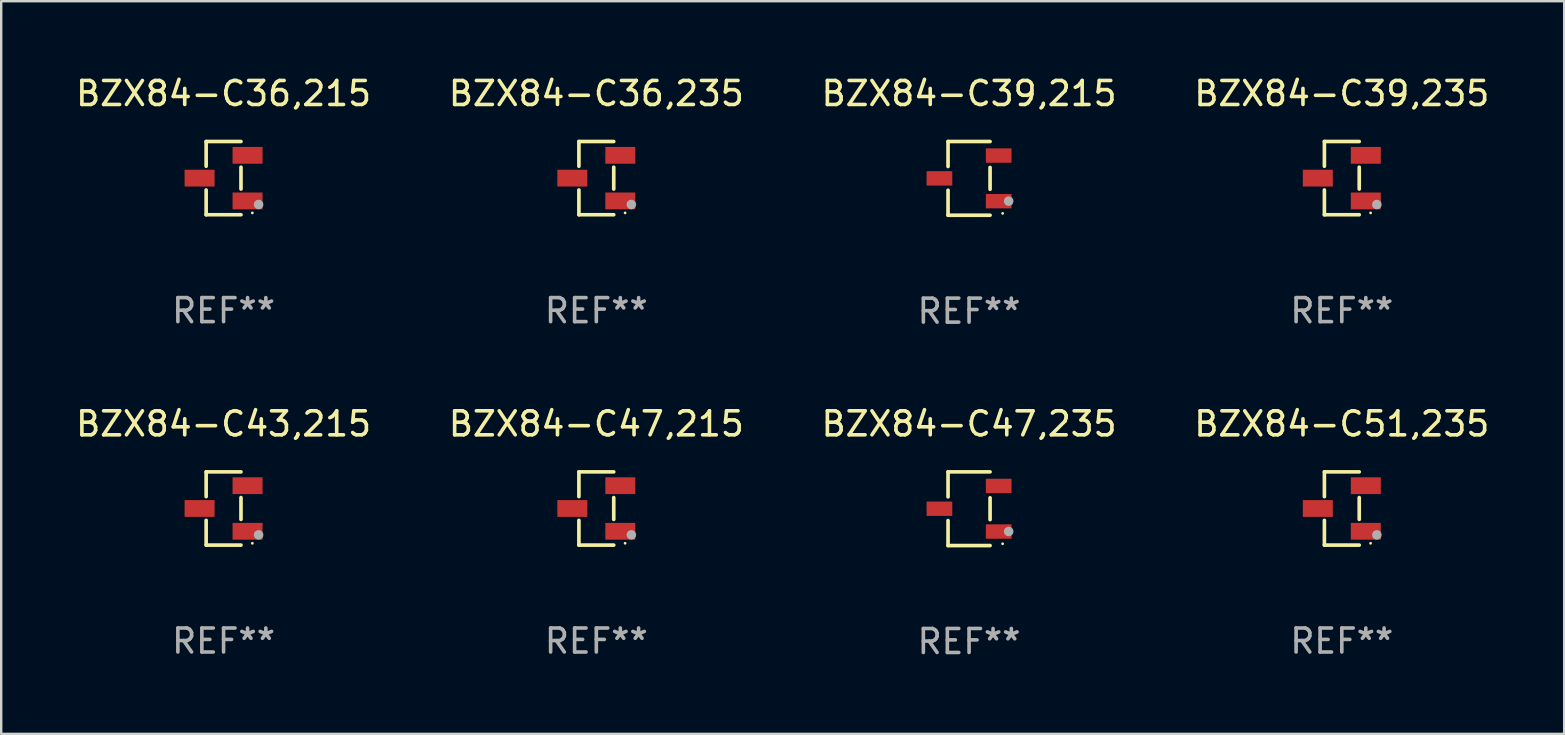
<source format=kicad_pcb>
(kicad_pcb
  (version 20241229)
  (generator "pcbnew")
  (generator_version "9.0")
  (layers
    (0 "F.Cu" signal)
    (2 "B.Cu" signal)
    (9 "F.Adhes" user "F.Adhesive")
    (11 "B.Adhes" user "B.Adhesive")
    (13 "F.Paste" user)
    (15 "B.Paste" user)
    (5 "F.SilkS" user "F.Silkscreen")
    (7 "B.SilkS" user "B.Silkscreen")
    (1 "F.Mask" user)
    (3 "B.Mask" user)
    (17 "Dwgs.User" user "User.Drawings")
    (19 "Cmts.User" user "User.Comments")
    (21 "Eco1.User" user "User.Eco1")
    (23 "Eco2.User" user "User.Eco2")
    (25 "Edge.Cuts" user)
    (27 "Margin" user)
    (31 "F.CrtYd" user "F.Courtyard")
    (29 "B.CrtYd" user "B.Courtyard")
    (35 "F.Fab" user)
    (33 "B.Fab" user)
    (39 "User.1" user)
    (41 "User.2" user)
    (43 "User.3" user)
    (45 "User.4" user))
  (footprint "BZX84-C36,235"
    (layer "F.Cu")
    (at 21.804 4.374)
    (property "Reference" "BZX84-C36,235" (at 0 -3.526 0) (layer "F.SilkS") (effects (font (size 1 1) (thickness 0.15))))
    (attr through_hole)
    (fp_line (start -0.726 -1.526) (end -0.726 -0.495) (stroke (width 0.152) (type solid)) (layer "F.SilkS"))
    (fp_line (start -0.726 1.526) (end -0.726 0.495) (stroke (width 0.152) (type solid)) (layer "F.SilkS"))
    (fp_line (start 0.726 -1.526) (end -0.726 -1.526) (stroke (width 0.152) (type solid)) (layer "F.SilkS"))
    (fp_line (start 0.726 -0.455) (end 0.726 0.455) (stroke (width 0.152) (type solid)) (layer "F.SilkS"))
    (fp_line (start 0.726 1.526) (end -0.726 1.526) (stroke (width 0.152) (type solid)) (layer "F.SilkS"))
    (fp_circle (center 1.2 1.45) (end 1.23 1.45) (stroke (width 0.06) (type solid)) (fill no) (layer "F.SilkS"))
    (fp_circle (center 1.46 1.1) (end 1.56 1.1) (stroke (width 0.2) (type solid)) (fill no) (layer "F.Fab"))
    (fp_text user "REF**" (at 0 5.526 0) (layer "F.Fab") (effects (font (size 1 1) (thickness 0.15))))
    (pad "1" smd rect (at 1 0.95) (size 1.25 0.7) (layers "F.Cu" "F.Mask" "F.Paste"))
    (pad "2" smd rect (at 1 -0.95) (size 1.25 0.7) (layers "F.Cu" "F.Mask" "F.Paste"))
    (pad "3" smd rect (at -1 0) (size 1.25 0.7) (layers "F.Cu" "F.Mask" "F.Paste")))
  (footprint "BZX84-C51,235"
    (layer "F.Cu")
    (at 52.875 18.143)
    (property "Reference" "BZX84-C51,235" (at 0 -3.526 0) (layer "F.SilkS") (effects (font (size 1 1) (thickness 0.15))))
    (attr through_hole)
    (fp_line (start -0.726 -1.526) (end -0.726 -0.495) (stroke (width 0.152) (type solid)) (layer "F.SilkS"))
    (fp_line (start -0.726 1.526) (end -0.726 0.495) (stroke (width 0.152) (type solid)) (layer "F.SilkS"))
    (fp_line (start 0.726 -1.526) (end -0.726 -1.526) (stroke (width 0.152) (type solid)) (layer "F.SilkS"))
    (fp_line (start 0.726 -0.455) (end 0.726 0.455) (stroke (width 0.152) (type solid)) (layer "F.SilkS"))
    (fp_line (start 0.726 1.526) (end -0.726 1.526) (stroke (width 0.152) (type solid)) (layer "F.SilkS"))
    (fp_circle (center 1.2 1.45) (end 1.23 1.45) (stroke (width 0.06) (type solid)) (fill no) (layer "F.SilkS"))
    (fp_circle (center 1.46 1.1) (end 1.56 1.1) (stroke (width 0.2) (type solid)) (fill no) (layer "F.Fab"))
    (fp_text user "REF**" (at 0 5.526 0) (layer "F.Fab") (effects (font (size 1 1) (thickness 0.15))))
    (pad "1" smd rect (at 1 0.95) (size 1.25 0.7) (layers "F.Cu" "F.Mask" "F.Paste"))
    (pad "2" smd rect (at 1 -0.95) (size 1.25 0.7) (layers "F.Cu" "F.Mask" "F.Paste"))
    (pad "3" smd rect (at -1 0) (size 1.25 0.7) (layers "F.Cu" "F.Mask" "F.Paste")))
  (footprint "BZX84-C47,235"
    (layer "F.Cu")
    (at 37.339 18.153)
    (property "Reference" "BZX84-C47,235" (at 0 -3.536 0) (layer "F.SilkS") (effects (font (size 1 1) (thickness 0.15))))
    (attr through_hole)
    (fp_line (start -0.876 -1.536) (end -0.876 -0.495) (stroke (width 0.152) (type solid)) (layer "F.SilkS"))
    (fp_line (start -0.876 1.536) (end -0.876 0.495) (stroke (width 0.152) (type solid)) (layer "F.SilkS"))
    (fp_line (start 0.876 -1.536) (end -0.876 -1.536) (stroke (width 0.152) (type solid)) (layer "F.SilkS"))
    (fp_line (start 0.876 -0.455) (end 0.876 0.455) (stroke (width 0.152) (type solid)) (layer "F.SilkS"))
    (fp_line (start 0.876 1.536) (end -0.876 1.536) (stroke (width 0.152) (type solid)) (layer "F.SilkS"))
    (fp_circle (center 1.4 1.46) (end 1.43 1.46) (stroke (width 0.06) (type solid)) (fill no) (layer "F.SilkS"))
    (fp_circle (center 1.651 0.95) (end 1.751 0.95) (stroke (width 0.2) (type solid)) (fill no) (layer "F.Fab"))
    (fp_text user "REF**" (at 0 5.536 0) (layer "F.Fab") (effects (font (size 1 1) (thickness 0.15))))
    (pad "1" smd rect (at 1.235 0.95) (size 1.07 0.6) (layers "F.Cu" "F.Mask" "F.Paste"))
    (pad "2" smd rect (at 1.235 -0.95) (size 1.07 0.6) (layers "F.Cu" "F.Mask" "F.Paste"))
    (pad "3" smd rect (at -1.235 0) (size 1.07 0.6) (layers "F.Cu" "F.Mask" "F.Paste")))
  (footprint "BZX84-C36,215"
    (layer "F.Cu")
    (at 6.268 4.374)
    (property "Reference" "BZX84-C36,215" (at 0 -3.526 0) (layer "F.SilkS") (effects (font (size 1 1) (thickness 0.15))))
    (attr through_hole)
    (fp_line (start -0.726 -1.526) (end -0.726 -0.495) (stroke (width 0.152) (type solid)) (layer "F.SilkS"))
    (fp_line (start -0.726 1.526) (end -0.726 0.495) (stroke (width 0.152) (type solid)) (layer "F.SilkS"))
    (fp_line (start 0.726 -1.526) (end -0.726 -1.526) (stroke (width 0.152) (type solid)) (layer "F.SilkS"))
    (fp_line (start 0.726 -0.455) (end 0.726 0.455) (stroke (width 0.152) (type solid)) (layer "F.SilkS"))
    (fp_line (start 0.726 1.526) (end -0.726 1.526) (stroke (width 0.152) (type solid)) (layer "F.SilkS"))
    (fp_circle (center 1.2 1.45) (end 1.23 1.45) (stroke (width 0.06) (type solid)) (fill no) (layer "F.SilkS"))
    (fp_circle (center 1.46 1.1) (end 1.56 1.1) (stroke (width 0.2) (type solid)) (fill no) (layer "F.Fab"))
    (fp_text user "REF**" (at 0 5.526 0) (layer "F.Fab") (effects (font (size 1 1) (thickness 0.15))))
    (pad "1" smd rect (at 1 0.95) (size 1.25 0.7) (layers "F.Cu" "F.Mask" "F.Paste"))
    (pad "2" smd rect (at 1 -0.95) (size 1.25 0.7) (layers "F.Cu" "F.Mask" "F.Paste"))
    (pad "3" smd rect (at -1 0) (size 1.25 0.7) (layers "F.Cu" "F.Mask" "F.Paste")))
  (footprint "BZX84-C47,215"
    (layer "F.Cu")
    (at 21.804 18.143)
    (property "Reference" "BZX84-C47,215" (at 0 -3.526 0) (layer "F.SilkS") (effects (font (size 1 1) (thickness 0.15))))
    (attr through_hole)
    (fp_line (start -0.726 -1.526) (end -0.726 -0.495) (stroke (width 0.152) (type solid)) (layer "F.SilkS"))
    (fp_line (start -0.726 1.526) (end -0.726 0.495) (stroke (width 0.152) (type solid)) (layer "F.SilkS"))
    (fp_line (start 0.726 -1.526) (end -0.726 -1.526) (stroke (width 0.152) (type solid)) (layer "F.SilkS"))
    (fp_line (start 0.726 -0.455) (end 0.726 0.455) (stroke (width 0.152) (type solid)) (layer "F.SilkS"))
    (fp_line (start 0.726 1.526) (end -0.726 1.526) (stroke (width 0.152) (type solid)) (layer "F.SilkS"))
    (fp_circle (center 1.2 1.45) (end 1.23 1.45) (stroke (width 0.06) (type solid)) (fill no) (layer "F.SilkS"))
    (fp_circle (center 1.46 1.1) (end 1.56 1.1) (stroke (width 0.2) (type solid)) (fill no) (layer "F.Fab"))
    (fp_text user "REF**" (at 0 5.526 0) (layer "F.Fab") (effects (font (size 1 1) (thickness 0.15))))
    (pad "1" smd rect (at 1 0.95) (size 1.25 0.7) (layers "F.Cu" "F.Mask" "F.Paste"))
    (pad "2" smd rect (at 1 -0.95) (size 1.25 0.7) (layers "F.Cu" "F.Mask" "F.Paste"))
    (pad "3" smd rect (at -1 0) (size 1.25 0.7) (layers "F.Cu" "F.Mask" "F.Paste")))
  (footprint "BZX84-C43,215"
    (layer "F.Cu")
    (at 6.268 18.143)
    (property "Reference" "BZX84-C43,215" (at 0 -3.526 0) (layer "F.SilkS") (effects (font (size 1 1) (thickness 0.15))))
    (attr through_hole)
    (fp_line (start -0.726 -1.526) (end -0.726 -0.495) (stroke (width 0.152) (type solid)) (layer "F.SilkS"))
    (fp_line (start -0.726 1.526) (end -0.726 0.495) (stroke (width 0.152) (type solid)) (layer "F.SilkS"))
    (fp_line (start 0.726 -1.526) (end -0.726 -1.526) (stroke (width 0.152) (type solid)) (layer "F.SilkS"))
    (fp_line (start 0.726 -0.455) (end 0.726 0.455) (stroke (width 0.152) (type solid)) (layer "F.SilkS"))
    (fp_line (start 0.726 1.526) (end -0.726 1.526) (stroke (width 0.152) (type solid)) (layer "F.SilkS"))
    (fp_circle (center 1.2 1.45) (end 1.23 1.45) (stroke (width 0.06) (type solid)) (fill no) (layer "F.SilkS"))
    (fp_circle (center 1.46 1.1) (end 1.56 1.1) (stroke (width 0.2) (type solid)) (fill no) (layer "F.Fab"))
    (fp_text user "REF**" (at 0 5.526 0) (layer "F.Fab") (effects (font (size 1 1) (thickness 0.15))))
    (pad "1" smd rect (at 1 0.95) (size 1.25 0.7) (layers "F.Cu" "F.Mask" "F.Paste"))
    (pad "2" smd rect (at 1 -0.95) (size 1.25 0.7) (layers "F.Cu" "F.Mask" "F.Paste"))
    (pad "3" smd rect (at -1 0) (size 1.25 0.7) (layers "F.Cu" "F.Mask" "F.Paste")))
  (footprint "BZX84-C39,235"
    (layer "F.Cu")
    (at 52.875 4.374)
    (property "Reference" "BZX84-C39,235" (at 0 -3.526 0) (layer "F.SilkS") (effects (font (size 1 1) (thickness 0.15))))
    (attr through_hole)
    (fp_line (start -0.726 -1.526) (end -0.726 -0.495) (stroke (width 0.152) (type solid)) (layer "F.SilkS"))
    (fp_line (start -0.726 1.526) (end -0.726 0.495) (stroke (width 0.152) (type solid)) (layer "F.SilkS"))
    (fp_line (start 0.726 -1.526) (end -0.726 -1.526) (stroke (width 0.152) (type solid)) (layer "F.SilkS"))
    (fp_line (start 0.726 -0.455) (end 0.726 0.455) (stroke (width 0.152) (type solid)) (layer "F.SilkS"))
    (fp_line (start 0.726 1.526) (end -0.726 1.526) (stroke (width 0.152) (type solid)) (layer "F.SilkS"))
    (fp_circle (center 1.2 1.45) (end 1.23 1.45) (stroke (width 0.06) (type solid)) (fill no) (layer "F.SilkS"))
    (fp_circle (center 1.46 1.1) (end 1.56 1.1) (stroke (width 0.2) (type solid)) (fill no) (layer "F.Fab"))
    (fp_text user "REF**" (at 0 5.526 0) (layer "F.Fab") (effects (font (size 1 1) (thickness 0.15))))
    (pad "1" smd rect (at 1 0.95) (size 1.25 0.7) (layers "F.Cu" "F.Mask" "F.Paste"))
    (pad "2" smd rect (at 1 -0.95) (size 1.25 0.7) (layers "F.Cu" "F.Mask" "F.Paste"))
    (pad "3" smd rect (at -1 0) (size 1.25 0.7) (layers "F.Cu" "F.Mask" "F.Paste")))
  (footprint "BZX84-C39,215"
    (layer "F.Cu")
    (at 37.339 4.384)
    (property "Reference" "BZX84-C39,215" (at 0 -3.536 0) (layer "F.SilkS") (effects (font (size 1 1) (thickness 0.15))))
    (attr through_hole)
    (fp_line (start -0.876 -1.536) (end -0.876 -0.495) (stroke (width 0.152) (type solid)) (layer "F.SilkS"))
    (fp_line (start -0.876 1.536) (end -0.876 0.495) (stroke (width 0.152) (type solid)) (layer "F.SilkS"))
    (fp_line (start 0.876 -1.536) (end -0.876 -1.536) (stroke (width 0.152) (type solid)) (layer "F.SilkS"))
    (fp_line (start 0.876 -0.455) (end 0.876 0.455) (stroke (width 0.152) (type solid)) (layer "F.SilkS"))
    (fp_line (start 0.876 1.536) (end -0.876 1.536) (stroke (width 0.152) (type solid)) (layer "F.SilkS"))
    (fp_circle (center 1.4 1.46) (end 1.43 1.46) (stroke (width 0.06) (type solid)) (fill no) (layer "F.SilkS"))
    (fp_circle (center 1.651 0.95) (end 1.751 0.95) (stroke (width 0.2) (type solid)) (fill no) (layer "F.Fab"))
    (fp_text user "REF**" (at 0 5.536 0) (layer "F.Fab") (effects (font (size 1 1) (thickness 0.15))))
    (pad "1" smd rect (at 1.235 0.95) (size 1.07 0.6) (layers "F.Cu" "F.Mask" "F.Paste"))
    (pad "2" smd rect (at 1.235 -0.95) (size 1.07 0.6) (layers "F.Cu" "F.Mask" "F.Paste"))
    (pad "3" smd rect (at -1.235 0) (size 1.07 0.6) (layers "F.Cu" "F.Mask" "F.Paste")))
  (gr_rect
    (start -3 -3)
    (end 62.143 27.538)
    (stroke (width 0.1) (type default))
    (fill no)
    (layer "Edge.Cuts")))
</source>
